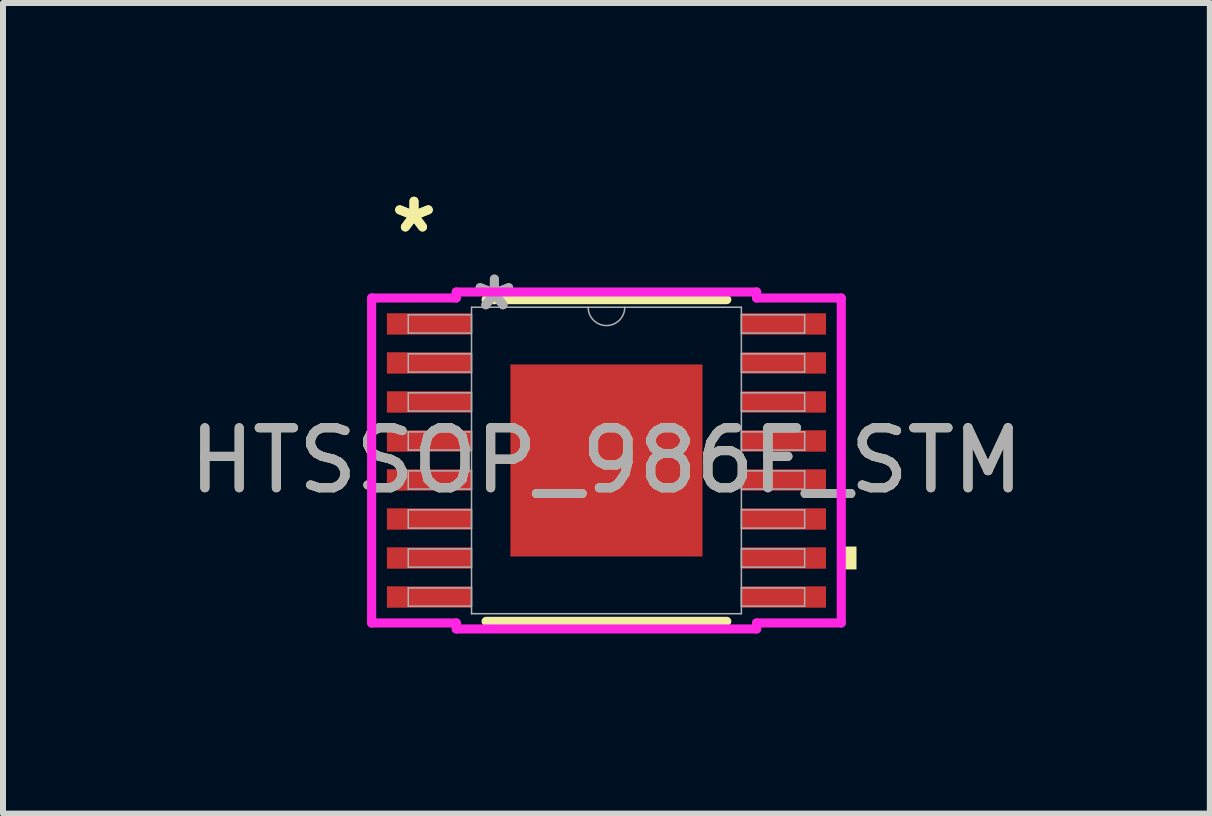
<source format=kicad_pcb>
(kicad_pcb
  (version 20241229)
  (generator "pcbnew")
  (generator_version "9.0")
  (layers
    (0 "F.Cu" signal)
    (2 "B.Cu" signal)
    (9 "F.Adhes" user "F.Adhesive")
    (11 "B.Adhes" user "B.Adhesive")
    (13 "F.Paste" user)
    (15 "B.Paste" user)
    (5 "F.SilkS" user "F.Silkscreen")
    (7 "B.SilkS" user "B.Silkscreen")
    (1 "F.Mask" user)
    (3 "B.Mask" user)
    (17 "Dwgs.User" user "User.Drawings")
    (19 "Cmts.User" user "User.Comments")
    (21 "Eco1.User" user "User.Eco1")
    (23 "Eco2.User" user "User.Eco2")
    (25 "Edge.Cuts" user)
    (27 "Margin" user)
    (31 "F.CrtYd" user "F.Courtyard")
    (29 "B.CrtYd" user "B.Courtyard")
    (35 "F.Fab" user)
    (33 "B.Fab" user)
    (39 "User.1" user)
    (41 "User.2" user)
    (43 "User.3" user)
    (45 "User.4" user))
  (footprint "HTSSOP_986F_STM"
    (layer "F.Cu")
    (at 7.054 4.622)
    (property "Reference" "HTSSOP_986F_STM" (at 0 0 0) (unlocked yes) (layer "F.SilkS") (effects (font (size 1 1) (thickness 0.15))))
    (attr smd)
    (fp_line (start -2.005 2.68) (end 2.005 2.68) (stroke (width 0.152) (type solid)) (layer "F.SilkS"))
    (fp_line (start 2.005 -2.68) (end -2.005 -2.68) (stroke (width 0.152) (type solid)) (layer "F.SilkS"))
    (fp_poly (pts (xy 4.166 1.434) (xy 4.166 1.815) (xy 3.912 1.815) (xy 3.912 1.434)) (stroke (width 0) (type solid)) (fill yes) (layer "F.SilkS"))
    (fp_poly (pts (xy -1.5 -1.5) (xy -1.5 -0.1) (xy -0.1 -0.1) (xy -0.1 -1.5)) (stroke (width 0) (type solid)) (fill yes) (layer "F.Paste"))
    (fp_poly (pts (xy -1.5 0.1) (xy -1.5 1.5) (xy -0.1 1.5) (xy -0.1 0.1)) (stroke (width 0) (type solid)) (fill yes) (layer "F.Paste"))
    (fp_poly (pts (xy 0.1 -1.5) (xy 0.1 -0.1) (xy 1.5 -0.1) (xy 1.5 -1.5)) (stroke (width 0) (type solid)) (fill yes) (layer "F.Paste"))
    (fp_poly (pts (xy 0.1 0.1) (xy 0.1 1.5) (xy 1.5 1.5) (xy 1.5 0.1)) (stroke (width 0) (type solid)) (fill yes) (layer "F.Paste"))
    (fp_line (start -3.912 -2.707) (end -2.502 -2.707) (stroke (width 0.152) (type solid)) (layer "F.CrtYd"))
    (fp_line (start -3.912 2.707) (end -3.912 -2.707) (stroke (width 0.152) (type solid)) (layer "F.CrtYd"))
    (fp_line (start -3.912 2.707) (end -2.502 2.707) (stroke (width 0.152) (type solid)) (layer "F.CrtYd"))
    (fp_line (start -2.502 -2.807) (end 2.502 -2.807) (stroke (width 0.152) (type solid)) (layer "F.CrtYd"))
    (fp_line (start -2.502 -2.707) (end -2.502 -2.807) (stroke (width 0.152) (type solid)) (layer "F.CrtYd"))
    (fp_line (start -2.502 2.807) (end -2.502 2.707) (stroke (width 0.152) (type solid)) (layer "F.CrtYd"))
    (fp_line (start 2.502 -2.807) (end 2.502 -2.707) (stroke (width 0.152) (type solid)) (layer "F.CrtYd"))
    (fp_line (start 2.502 2.707) (end 2.502 2.807) (stroke (width 0.152) (type solid)) (layer "F.CrtYd"))
    (fp_line (start 2.502 2.807) (end -2.502 2.807) (stroke (width 0.152) (type solid)) (layer "F.CrtYd"))
    (fp_line (start 3.912 -2.707) (end 2.502 -2.707) (stroke (width 0.152) (type solid)) (layer "F.CrtYd"))
    (fp_line (start 3.912 -2.707) (end 3.912 2.707) (stroke (width 0.152) (type solid)) (layer "F.CrtYd"))
    (fp_line (start 3.912 2.707) (end 2.502 2.707) (stroke (width 0.152) (type solid)) (layer "F.CrtYd"))
    (fp_line (start -3.302 -2.427) (end -3.302 -2.123) (stroke (width 0.025) (type solid)) (layer "F.Fab"))
    (fp_line (start -3.302 -2.123) (end -2.248 -2.123) (stroke (width 0.025) (type solid)) (layer "F.Fab"))
    (fp_line (start -3.302 -1.777) (end -3.302 -1.473) (stroke (width 0.025) (type solid)) (layer "F.Fab"))
    (fp_line (start -3.302 -1.473) (end -2.248 -1.473) (stroke (width 0.025) (type solid)) (layer "F.Fab"))
    (fp_line (start -3.302 -1.127) (end -3.302 -0.823) (stroke (width 0.025) (type solid)) (layer "F.Fab"))
    (fp_line (start -3.302 -0.823) (end -2.248 -0.823) (stroke (width 0.025) (type solid)) (layer "F.Fab"))
    (fp_line (start -3.302 -0.477) (end -3.302 -0.173) (stroke (width 0.025) (type solid)) (layer "F.Fab"))
    (fp_line (start -3.302 -0.173) (end -2.248 -0.173) (stroke (width 0.025) (type solid)) (layer "F.Fab"))
    (fp_line (start -3.302 0.173) (end -3.302 0.477) (stroke (width 0.025) (type solid)) (layer "F.Fab"))
    (fp_line (start -3.302 0.477) (end -2.248 0.477) (stroke (width 0.025) (type solid)) (layer "F.Fab"))
    (fp_line (start -3.302 0.823) (end -3.302 1.127) (stroke (width 0.025) (type solid)) (layer "F.Fab"))
    (fp_line (start -3.302 1.127) (end -2.248 1.127) (stroke (width 0.025) (type solid)) (layer "F.Fab"))
    (fp_line (start -3.302 1.473) (end -3.302 1.777) (stroke (width 0.025) (type solid)) (layer "F.Fab"))
    (fp_line (start -3.302 1.777) (end -2.248 1.777) (stroke (width 0.025) (type solid)) (layer "F.Fab"))
    (fp_line (start -3.302 2.123) (end -3.302 2.427) (stroke (width 0.025) (type solid)) (layer "F.Fab"))
    (fp_line (start -3.302 2.427) (end -2.248 2.427) (stroke (width 0.025) (type solid)) (layer "F.Fab"))
    (fp_line (start -2.248 -2.553) (end -2.248 2.553) (stroke (width 0.025) (type solid)) (layer "F.Fab"))
    (fp_line (start -2.248 -2.427) (end -3.302 -2.427) (stroke (width 0.025) (type solid)) (layer "F.Fab"))
    (fp_line (start -2.248 -2.123) (end -2.248 -2.427) (stroke (width 0.025) (type solid)) (layer "F.Fab"))
    (fp_line (start -2.248 -1.777) (end -3.302 -1.777) (stroke (width 0.025) (type solid)) (layer "F.Fab"))
    (fp_line (start -2.248 -1.473) (end -2.248 -1.777) (stroke (width 0.025) (type solid)) (layer "F.Fab"))
    (fp_line (start -2.248 -1.127) (end -3.302 -1.127) (stroke (width 0.025) (type solid)) (layer "F.Fab"))
    (fp_line (start -2.248 -0.823) (end -2.248 -1.127) (stroke (width 0.025) (type solid)) (layer "F.Fab"))
    (fp_line (start -2.248 -0.477) (end -3.302 -0.477) (stroke (width 0.025) (type solid)) (layer "F.Fab"))
    (fp_line (start -2.248 -0.173) (end -2.248 -0.477) (stroke (width 0.025) (type solid)) (layer "F.Fab"))
    (fp_line (start -2.248 0.173) (end -3.302 0.173) (stroke (width 0.025) (type solid)) (layer "F.Fab"))
    (fp_line (start -2.248 0.477) (end -2.248 0.173) (stroke (width 0.025) (type solid)) (layer "F.Fab"))
    (fp_line (start -2.248 0.823) (end -3.302 0.823) (stroke (width 0.025) (type solid)) (layer "F.Fab"))
    (fp_line (start -2.248 1.127) (end -2.248 0.823) (stroke (width 0.025) (type solid)) (layer "F.Fab"))
    (fp_line (start -2.248 1.473) (end -3.302 1.473) (stroke (width 0.025) (type solid)) (layer "F.Fab"))
    (fp_line (start -2.248 1.777) (end -2.248 1.473) (stroke (width 0.025) (type solid)) (layer "F.Fab"))
    (fp_line (start -2.248 2.123) (end -3.302 2.123) (stroke (width 0.025) (type solid)) (layer "F.Fab"))
    (fp_line (start -2.248 2.427) (end -2.248 2.123) (stroke (width 0.025) (type solid)) (layer "F.Fab"))
    (fp_line (start -2.248 2.553) (end 2.248 2.553) (stroke (width 0.025) (type solid)) (layer "F.Fab"))
    (fp_line (start 2.248 -2.553) (end -2.248 -2.553) (stroke (width 0.025) (type solid)) (layer "F.Fab"))
    (fp_line (start 2.248 -2.427) (end 2.248 -2.123) (stroke (width 0.025) (type solid)) (layer "F.Fab"))
    (fp_line (start 2.248 -2.123) (end 3.302 -2.123) (stroke (width 0.025) (type solid)) (layer "F.Fab"))
    (fp_line (start 2.248 -1.777) (end 2.248 -1.473) (stroke (width 0.025) (type solid)) (layer "F.Fab"))
    (fp_line (start 2.248 -1.473) (end 3.302 -1.473) (stroke (width 0.025) (type solid)) (layer "F.Fab"))
    (fp_line (start 2.248 -1.127) (end 2.248 -0.823) (stroke (width 0.025) (type solid)) (layer "F.Fab"))
    (fp_line (start 2.248 -0.823) (end 3.302 -0.823) (stroke (width 0.025) (type solid)) (layer "F.Fab"))
    (fp_line (start 2.248 -0.477) (end 2.248 -0.173) (stroke (width 0.025) (type solid)) (layer "F.Fab"))
    (fp_line (start 2.248 -0.173) (end 3.302 -0.173) (stroke (width 0.025) (type solid)) (layer "F.Fab"))
    (fp_line (start 2.248 0.173) (end 2.248 0.477) (stroke (width 0.025) (type solid)) (layer "F.Fab"))
    (fp_line (start 2.248 0.477) (end 3.302 0.477) (stroke (width 0.025) (type solid)) (layer "F.Fab"))
    (fp_line (start 2.248 0.823) (end 2.248 1.127) (stroke (width 0.025) (type solid)) (layer "F.Fab"))
    (fp_line (start 2.248 1.127) (end 3.302 1.127) (stroke (width 0.025) (type solid)) (layer "F.Fab"))
    (fp_line (start 2.248 1.473) (end 2.248 1.777) (stroke (width 0.025) (type solid)) (layer "F.Fab"))
    (fp_line (start 2.248 1.777) (end 3.302 1.777) (stroke (width 0.025) (type solid)) (layer "F.Fab"))
    (fp_line (start 2.248 2.123) (end 2.248 2.427) (stroke (width 0.025) (type solid)) (layer "F.Fab"))
    (fp_line (start 2.248 2.427) (end 3.302 2.427) (stroke (width 0.025) (type solid)) (layer "F.Fab"))
    (fp_line (start 2.248 2.553) (end 2.248 -2.553) (stroke (width 0.025) (type solid)) (layer "F.Fab"))
    (fp_line (start 3.302 -2.427) (end 2.248 -2.427) (stroke (width 0.025) (type solid)) (layer "F.Fab"))
    (fp_line (start 3.302 -2.123) (end 3.302 -2.427) (stroke (width 0.025) (type solid)) (layer "F.Fab"))
    (fp_line (start 3.302 -1.777) (end 2.248 -1.777) (stroke (width 0.025) (type solid)) (layer "F.Fab"))
    (fp_line (start 3.302 -1.473) (end 3.302 -1.777) (stroke (width 0.025) (type solid)) (layer "F.Fab"))
    (fp_line (start 3.302 -1.127) (end 2.248 -1.127) (stroke (width 0.025) (type solid)) (layer "F.Fab"))
    (fp_line (start 3.302 -0.823) (end 3.302 -1.127) (stroke (width 0.025) (type solid)) (layer "F.Fab"))
    (fp_line (start 3.302 -0.477) (end 2.248 -0.477) (stroke (width 0.025) (type solid)) (layer "F.Fab"))
    (fp_line (start 3.302 -0.173) (end 3.302 -0.477) (stroke (width 0.025) (type solid)) (layer "F.Fab"))
    (fp_line (start 3.302 0.173) (end 2.248 0.173) (stroke (width 0.025) (type solid)) (layer "F.Fab"))
    (fp_line (start 3.302 0.477) (end 3.302 0.173) (stroke (width 0.025) (type solid)) (layer "F.Fab"))
    (fp_line (start 3.302 0.823) (end 2.248 0.823) (stroke (width 0.025) (type solid)) (layer "F.Fab"))
    (fp_line (start 3.302 1.127) (end 3.302 0.823) (stroke (width 0.025) (type solid)) (layer "F.Fab"))
    (fp_line (start 3.302 1.473) (end 2.248 1.473) (stroke (width 0.025) (type solid)) (layer "F.Fab"))
    (fp_line (start 3.302 1.777) (end 3.302 1.473) (stroke (width 0.025) (type solid)) (layer "F.Fab"))
    (fp_line (start 3.302 2.123) (end 2.248 2.123) (stroke (width 0.025) (type solid)) (layer "F.Fab"))
    (fp_line (start 3.302 2.427) (end 3.302 2.123) (stroke (width 0.025) (type solid)) (layer "F.Fab"))
    (fp_arc (start 0.3048 -2.5527) (mid 0 -2.2479) (end -0.3048 -2.5527) (stroke (width 0.0254) (type solid)) (layer "F.Fab"))
    (fp_text user "*" (at -3.207 -3.774 0) (unlocked yes) (layer "F.SilkS") (effects (font (size 1 1) (thickness 0.15))))
    (fp_text user "*" (at -3.207 -3.774 0) (layer "F.SilkS") (effects (font (size 1 1) (thickness 0.15))))
    (fp_text user "${REFERENCE}" (at 0 0 0) (unlocked yes) (layer "F.Fab") (effects (font (size 1 1) (thickness 0.15))))
    (fp_text user "*" (at -1.867 -2.477 0) (unlocked yes) (layer "F.Fab") (effects (font (size 1 1) (thickness 0.15))))
    (fp_text user "*" (at -1.867 -2.477 0) (layer "F.Fab") (effects (font (size 1 1) (thickness 0.15))))
    (pad "1" smd rect (at -2.953 -2.275) (size 1.41 0.356) (layers "F.Cu" "F.Mask" "F.Paste"))
    (pad "2" smd rect (at -2.953 -1.625) (size 1.41 0.356) (layers "F.Cu" "F.Mask" "F.Paste"))
    (pad "3" smd rect (at -2.953 -0.975) (size 1.41 0.356) (layers "F.Cu" "F.Mask" "F.Paste"))
    (pad "4" smd rect (at -2.953 -0.325) (size 1.41 0.356) (layers "F.Cu" "F.Mask" "F.Paste"))
    (pad "5" smd rect (at -2.953 0.325) (size 1.41 0.356) (layers "F.Cu" "F.Mask" "F.Paste"))
    (pad "6" smd rect (at -2.953 0.975) (size 1.41 0.356) (layers "F.Cu" "F.Mask" "F.Paste"))
    (pad "7" smd rect (at -2.953 1.625) (size 1.41 0.356) (layers "F.Cu" "F.Mask" "F.Paste"))
    (pad "8" smd rect (at -2.953 2.275) (size 1.41 0.356) (layers "F.Cu" "F.Mask" "F.Paste"))
    (pad "9" smd rect (at 2.953 2.275) (size 1.41 0.356) (layers "F.Cu" "F.Mask" "F.Paste"))
    (pad "10" smd rect (at 2.953 1.625) (size 1.41 0.356) (layers "F.Cu" "F.Mask" "F.Paste"))
    (pad "11" smd rect (at 2.953 0.975) (size 1.41 0.356) (layers "F.Cu" "F.Mask" "F.Paste"))
    (pad "12" smd rect (at 2.953 0.325) (size 1.41 0.356) (layers "F.Cu" "F.Mask" "F.Paste"))
    (pad "13" smd rect (at 2.953 -0.325) (size 1.41 0.356) (layers "F.Cu" "F.Mask" "F.Paste"))
    (pad "14" smd rect (at 2.953 -0.975) (size 1.41 0.356) (layers "F.Cu" "F.Mask" "F.Paste"))
    (pad "15" smd rect (at 2.953 -1.625) (size 1.41 0.356) (layers "F.Cu" "F.Mask" "F.Paste"))
    (pad "16" smd rect (at 2.953 -2.275) (size 1.41 0.356) (layers "F.Cu" "F.Mask" "F.Paste"))
    (pad "EPAD" smd rect (at 0 0) (size 3.2 3.2) (layers "F.Cu" "F.Mask")))
  (gr_rect
    (start -3 -3)
    (end 17.107 10.505)
    (stroke (width 0.1) (type default))
    (fill no)
    (layer "Edge.Cuts")))
</source>
